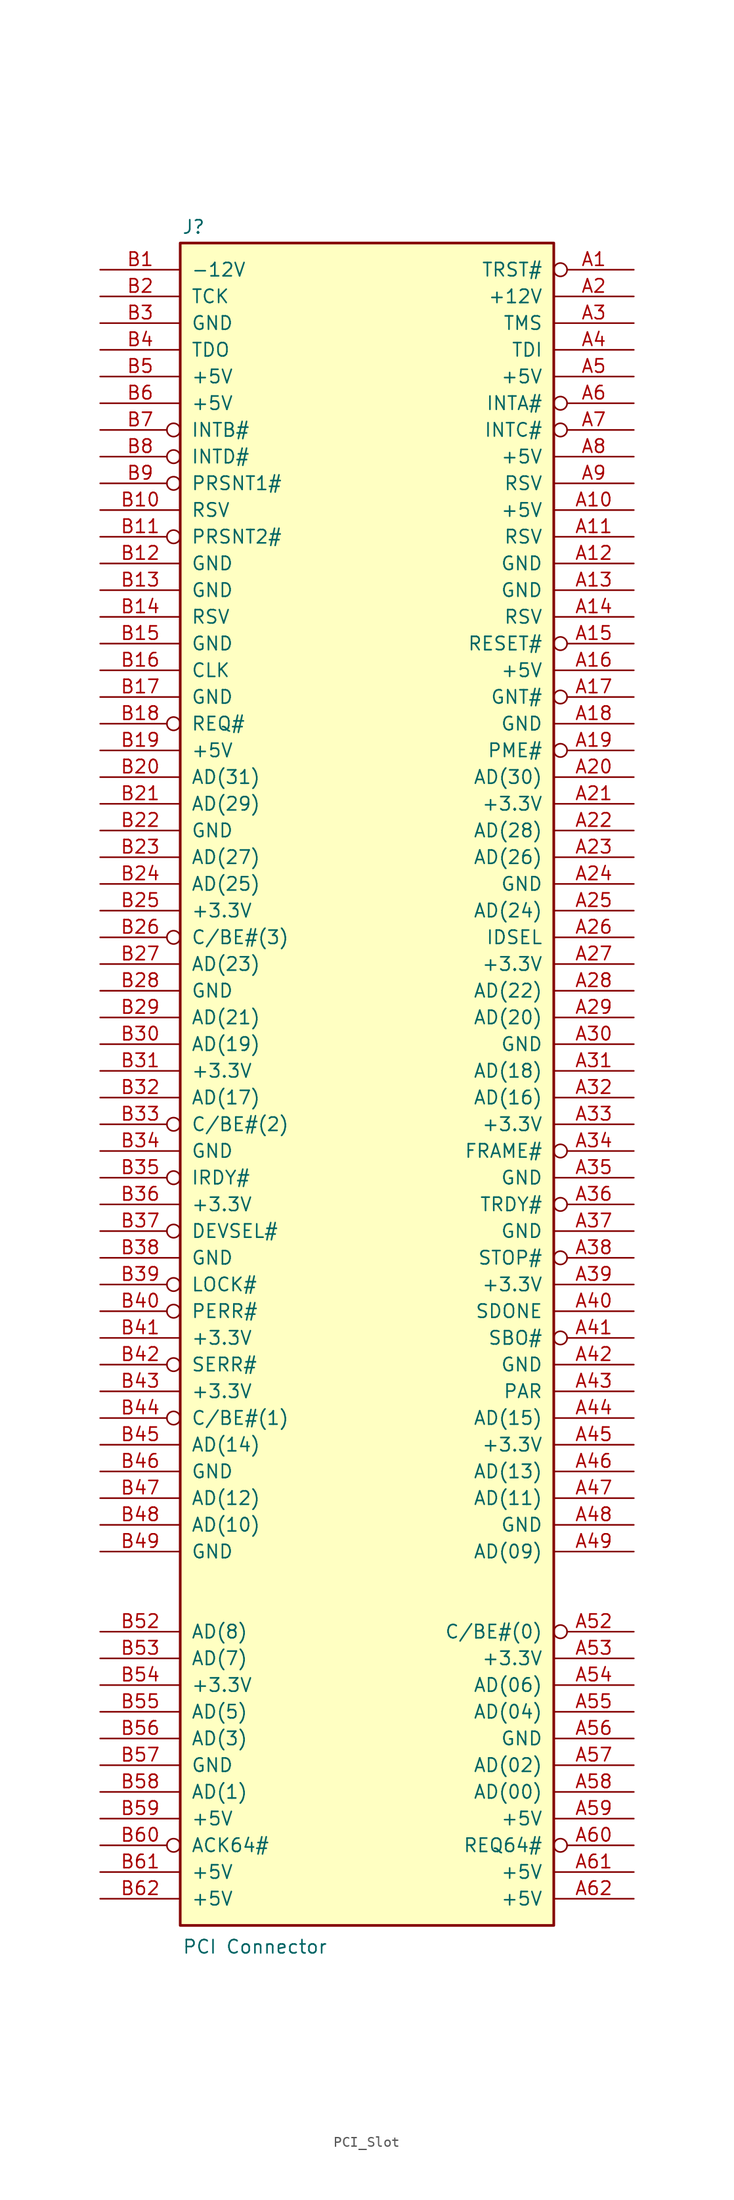
<source format=kicad_sym>
(kicad_symbol_lib
  (version 20240819)
  (generator "kicad_symbol_editor")
  (generator_version "8.99")
  (symbol "PCI_Slot"
    (pin_names
      (offset 1.016))
    (property "Reference" "J"
      (at -16.51 82.804 0)
      (effects (font (size 1.27 1.27))))
    (property "Value" "PCI Connector"
      (at -10.668 -80.772 0)
      (effects (font (size 1.27 1.27))))
    (symbol "PCI_Slot_0_1"
      (rectangle (start -17.78 81.28) (end 17.78 -78.74) (stroke (width 0.254) (type default)) (fill (type background))))
    (symbol "PCI_Slot_1_1"
      (pin power_in line (at -25.4 78.74 0) (length 7.62) (name "-12V" (effects (font (size 1.27 1.27)))) (number "B1" (effects (font (size 1.27 1.27)))))
      (pin output line (at -25.4 76.2 0) (length 7.62) (name "TCK" (effects (font (size 1.27 1.27)))) (number "B2" (effects (font (size 1.27 1.27)))))
      (pin power_in line (at -25.4 73.66 0) (length 7.62) (name "GND" (effects (font (size 1.27 1.27)))) (number "B3" (effects (font (size 1.27 1.27)))))
      (pin input line (at -25.4 71.12 0) (length 7.62) (name "TDO" (effects (font (size 1.27 1.27)))) (number "B4" (effects (font (size 1.27 1.27)))))
      (pin power_in line (at -25.4 68.58 0) (length 7.62) (name "+5V" (effects (font (size 1.27 1.27)))) (number "B5" (effects (font (size 1.27 1.27)))))
      (pin power_in line (at -25.4 66.04 0) (length 7.62) (name "+5V" (effects (font (size 1.27 1.27)))) (number "B6" (effects (font (size 1.27 1.27)))))
      (pin input inverted (at -25.4 63.5 0) (length 7.62) (name "INTB#" (effects (font (size 1.27 1.27)))) (number "B7" (effects (font (size 1.27 1.27)))))
      (pin input inverted (at -25.4 60.96 0) (length 7.62) (name "INTD#" (effects (font (size 1.27 1.27)))) (number "B8" (effects (font (size 1.27 1.27)))))
      (pin input inverted (at -25.4 58.42 0) (length 7.62) (name "PRSNT1#" (effects (font (size 1.27 1.27)))) (number "B9" (effects (font (size 1.27 1.27)))))
      (pin passive line (at -25.4 55.88 0) (length 7.62) (name "RSV" (effects (font (size 1.27 1.27)))) (number "B10" (effects (font (size 1.27 1.27)))))
      (pin input inverted (at -25.4 53.34 0) (length 7.62) (name "PRSNT2#" (effects (font (size 1.27 1.27)))) (number "B11" (effects (font (size 1.27 1.27)))))
      (pin power_in line (at -25.4 50.8 0) (length 7.62) (name "GND" (effects (font (size 1.27 1.27)))) (number "B12" (effects (font (size 1.27 1.27)))))
      (pin power_in line (at -25.4 48.26 0) (length 7.62) (name "GND" (effects (font (size 1.27 1.27)))) (number "B13" (effects (font (size 1.27 1.27)))))
      (pin passive line (at -25.4 45.72 0) (length 7.62) (name "RSV" (effects (font (size 1.27 1.27)))) (number "B14" (effects (font (size 1.27 1.27)))))
      (pin power_in line (at -25.4 43.18 0) (length 7.62) (name "GND" (effects (font (size 1.27 1.27)))) (number "B15" (effects (font (size 1.27 1.27)))))
      (pin output line (at -25.4 40.64 0) (length 7.62) (name "CLK" (effects (font (size 1.27 1.27)))) (number "B16" (effects (font (size 1.27 1.27)))))
      (pin power_in line (at -25.4 38.1 0) (length 7.62) (name "GND" (effects (font (size 1.27 1.27)))) (number "B17" (effects (font (size 1.27 1.27)))))
      (pin input inverted (at -25.4 35.56 0) (length 7.62) (name "REQ#" (effects (font (size 1.27 1.27)))) (number "B18" (effects (font (size 1.27 1.27)))))
      (pin power_in line (at -25.4 33.02 0) (length 7.62) (name "+5V" (effects (font (size 1.27 1.27)))) (number "B19" (effects (font (size 1.27 1.27)))))
      (pin bidirectional line (at -25.4 30.48 0) (length 7.62) (name "AD(31)" (effects (font (size 1.27 1.27)))) (number "B20" (effects (font (size 1.27 1.27)))))
      (pin bidirectional line (at -25.4 27.94 0) (length 7.62) (name "AD(29)" (effects (font (size 1.27 1.27)))) (number "B21" (effects (font (size 1.27 1.27)))))
      (pin power_in line (at -25.4 25.4 0) (length 7.62) (name "GND" (effects (font (size 1.27 1.27)))) (number "B22" (effects (font (size 1.27 1.27)))))
      (pin bidirectional line (at -25.4 22.86 0) (length 7.62) (name "AD(27)" (effects (font (size 1.27 1.27)))) (number "B23" (effects (font (size 1.27 1.27)))))
      (pin bidirectional line (at -25.4 20.32 0) (length 7.62) (name "AD(25)" (effects (font (size 1.27 1.27)))) (number "B24" (effects (font (size 1.27 1.27)))))
      (pin power_in line (at -25.4 17.78 0) (length 7.62) (name "+3.3V" (effects (font (size 1.27 1.27)))) (number "B25" (effects (font (size 1.27 1.27)))))
      (pin bidirectional inverted (at -25.4 15.24 0) (length 7.62) (name "C/BE#(3)" (effects (font (size 1.27 1.27)))) (number "B26" (effects (font (size 1.27 1.27)))))
      (pin bidirectional line (at -25.4 12.7 0) (length 7.62) (name "AD(23)" (effects (font (size 1.27 1.27)))) (number "B27" (effects (font (size 1.27 1.27)))))
      (pin power_in line (at -25.4 10.16 0) (length 7.62) (name "GND" (effects (font (size 1.27 1.27)))) (number "B28" (effects (font (size 1.27 1.27)))))
      (pin bidirectional line (at -25.4 7.62 0) (length 7.62) (name "AD(21)" (effects (font (size 1.27 1.27)))) (number "B29" (effects (font (size 1.27 1.27)))))
      (pin bidirectional line (at -25.4 5.08 0) (length 7.62) (name "AD(19)" (effects (font (size 1.27 1.27)))) (number "B30" (effects (font (size 1.27 1.27)))))
      (pin power_in line (at -25.4 2.54 0) (length 7.62) (name "+3.3V" (effects (font (size 1.27 1.27)))) (number "B31" (effects (font (size 1.27 1.27)))))
      (pin bidirectional line (at -25.4 0 0) (length 7.62) (name "AD(17)" (effects (font (size 1.27 1.27)))) (number "B32" (effects (font (size 1.27 1.27)))))
      (pin bidirectional inverted (at -25.4 -2.54 0) (length 7.62) (name "C/BE#(2)" (effects (font (size 1.27 1.27)))) (number "B33" (effects (font (size 1.27 1.27)))))
      (pin power_in line (at -25.4 -5.08 0) (length 7.62) (name "GND" (effects (font (size 1.27 1.27)))) (number "B34" (effects (font (size 1.27 1.27)))))
      (pin bidirectional inverted (at -25.4 -7.62 0) (length 7.62) (name "IRDY#" (effects (font (size 1.27 1.27)))) (number "B35" (effects (font (size 1.27 1.27)))))
      (pin power_in line (at -25.4 -10.16 0) (length 7.62) (name "+3.3V" (effects (font (size 1.27 1.27)))) (number "B36" (effects (font (size 1.27 1.27)))))
      (pin bidirectional inverted (at -25.4 -12.7 0) (length 7.62) (name "DEVSEL#" (effects (font (size 1.27 1.27)))) (number "B37" (effects (font (size 1.27 1.27)))))
      (pin power_in line (at -25.4 -15.24 0) (length 7.62) (name "GND" (effects (font (size 1.27 1.27)))) (number "B38" (effects (font (size 1.27 1.27)))))
      (pin bidirectional inverted (at -25.4 -17.78 0) (length 7.62) (name "LOCK#" (effects (font (size 1.27 1.27)))) (number "B39" (effects (font (size 1.27 1.27)))))
      (pin input inverted (at -25.4 -20.32 0) (length 7.62) (name "PERR#" (effects (font (size 1.27 1.27)))) (number "B40" (effects (font (size 1.27 1.27)))))
      (pin power_in line (at -25.4 -22.86 0) (length 7.62) (name "+3.3V" (effects (font (size 1.27 1.27)))) (number "B41" (effects (font (size 1.27 1.27)))))
      (pin input inverted (at -25.4 -25.4 0) (length 7.62) (name "SERR#" (effects (font (size 1.27 1.27)))) (number "B42" (effects (font (size 1.27 1.27)))))
      (pin power_in line (at -25.4 -27.94 0) (length 7.62) (name "+3.3V" (effects (font (size 1.27 1.27)))) (number "B43" (effects (font (size 1.27 1.27)))))
      (pin bidirectional inverted (at -25.4 -30.48 0) (length 7.62) (name "C/BE#(1)" (effects (font (size 1.27 1.27)))) (number "B44" (effects (font (size 1.27 1.27)))))
      (pin bidirectional line (at -25.4 -33.02 0) (length 7.62) (name "AD(14)" (effects (font (size 1.27 1.27)))) (number "B45" (effects (font (size 1.27 1.27)))))
      (pin power_in line (at -25.4 -35.56 0) (length 7.62) (name "GND" (effects (font (size 1.27 1.27)))) (number "B46" (effects (font (size 1.27 1.27)))))
      (pin bidirectional line (at -25.4 -38.1 0) (length 7.62) (name "AD(12)" (effects (font (size 1.27 1.27)))) (number "B47" (effects (font (size 1.27 1.27)))))
      (pin bidirectional line (at -25.4 -40.64 0) (length 7.62) (name "AD(10)" (effects (font (size 1.27 1.27)))) (number "B48" (effects (font (size 1.27 1.27)))))
      (pin power_in line (at -25.4 -43.18 0) (length 7.62) (name "GND" (effects (font (size 1.27 1.27)))) (number "B49" (effects (font (size 1.27 1.27)))))
      (pin bidirectional line (at -25.4 -50.8 0) (length 7.62) (name "AD(8)" (effects (font (size 1.27 1.27)))) (number "B52" (effects (font (size 1.27 1.27)))))
      (pin bidirectional line (at -25.4 -53.34 0) (length 7.62) (name "AD(7)" (effects (font (size 1.27 1.27)))) (number "B53" (effects (font (size 1.27 1.27)))))
      (pin power_in line (at -25.4 -55.88 0) (length 7.62) (name "+3.3V" (effects (font (size 1.27 1.27)))) (number "B54" (effects (font (size 1.27 1.27)))))
      (pin bidirectional line (at -25.4 -58.42 0) (length 7.62) (name "AD(5)" (effects (font (size 1.27 1.27)))) (number "B55" (effects (font (size 1.27 1.27)))))
      (pin bidirectional line (at -25.4 -60.96 0) (length 7.62) (name "AD(3)" (effects (font (size 1.27 1.27)))) (number "B56" (effects (font (size 1.27 1.27)))))
      (pin power_in line (at -25.4 -63.5 0) (length 7.62) (name "GND" (effects (font (size 1.27 1.27)))) (number "B57" (effects (font (size 1.27 1.27)))))
      (pin bidirectional line (at -25.4 -66.04 0) (length 7.62) (name "AD(1)" (effects (font (size 1.27 1.27)))) (number "B58" (effects (font (size 1.27 1.27)))))
      (pin power_in line (at -25.4 -68.58 0) (length 7.62) (name "+5V" (effects (font (size 1.27 1.27)))) (number "B59" (effects (font (size 1.27 1.27)))))
      (pin bidirectional inverted (at -25.4 -71.12 0) (length 7.62) (name "ACK64#" (effects (font (size 1.27 1.27)))) (number "B60" (effects (font (size 1.27 1.27)))))
      (pin power_in line (at -25.4 -73.66 0) (length 7.62) (name "+5V" (effects (font (size 1.27 1.27)))) (number "B61" (effects (font (size 1.27 1.27)))))
      (pin power_in line (at -25.4 -76.2 0) (length 7.62) (name "+5V" (effects (font (size 1.27 1.27)))) (number "B62" (effects (font (size 1.27 1.27)))))
      (pin output inverted (at 25.4 78.74 180) (length 7.62) (name "TRST#" (effects (font (size 1.27 1.27)))) (number "A1" (effects (font (size 1.27 1.27)))))
      (pin power_in line (at 25.4 76.2 180) (length 7.62) (name "+12V" (effects (font (size 1.27 1.27)))) (number "A2" (effects (font (size 1.27 1.27)))))
      (pin output line (at 25.4 73.66 180) (length 7.62) (name "TMS" (effects (font (size 1.27 1.27)))) (number "A3" (effects (font (size 1.27 1.27)))))
      (pin output line (at 25.4 71.12 180) (length 7.62) (name "TDI" (effects (font (size 1.27 1.27)))) (number "A4" (effects (font (size 1.27 1.27)))))
      (pin power_in line (at 25.4 68.58 180) (length 7.62) (name "+5V" (effects (font (size 1.27 1.27)))) (number "A5" (effects (font (size 1.27 1.27)))))
      (pin input inverted (at 25.4 66.04 180) (length 7.62) (name "INTA#" (effects (font (size 1.27 1.27)))) (number "A6" (effects (font (size 1.27 1.27)))))
      (pin input inverted (at 25.4 63.5 180) (length 7.62) (name "INTC#" (effects (font (size 1.27 1.27)))) (number "A7" (effects (font (size 1.27 1.27)))))
      (pin power_in line (at 25.4 60.96 180) (length 7.62) (name "+5V" (effects (font (size 1.27 1.27)))) (number "A8" (effects (font (size 1.27 1.27)))))
      (pin passive line (at 25.4 58.42 180) (length 7.62) (name "RSV" (effects (font (size 1.27 1.27)))) (number "A9" (effects (font (size 1.27 1.27)))))
      (pin power_in line (at 25.4 55.88 180) (length 7.62) (name "+5V" (effects (font (size 1.27 1.27)))) (number "A10" (effects (font (size 1.27 1.27)))))
      (pin passive line (at 25.4 53.34 180) (length 7.62) (name "RSV" (effects (font (size 1.27 1.27)))) (number "A11" (effects (font (size 1.27 1.27)))))
      (pin power_in line (at 25.4 50.8 180) (length 7.62) (name "GND" (effects (font (size 1.27 1.27)))) (number "A12" (effects (font (size 1.27 1.27)))))
      (pin power_in line (at 25.4 48.26 180) (length 7.62) (name "GND" (effects (font (size 1.27 1.27)))) (number "A13" (effects (font (size 1.27 1.27)))))
      (pin passive line (at 25.4 45.72 180) (length 7.62) (name "RSV" (effects (font (size 1.27 1.27)))) (number "A14" (effects (font (size 1.27 1.27)))))
      (pin output inverted (at 25.4 43.18 180) (length 7.62) (name "RESET#" (effects (font (size 1.27 1.27)))) (number "A15" (effects (font (size 1.27 1.27)))))
      (pin power_in line (at 25.4 40.64 180) (length 7.62) (name "+5V" (effects (font (size 1.27 1.27)))) (number "A16" (effects (font (size 1.27 1.27)))))
      (pin bidirectional inverted (at 25.4 38.1 180) (length 7.62) (name "GNT#" (effects (font (size 1.27 1.27)))) (number "A17" (effects (font (size 1.27 1.27)))))
      (pin power_in line (at 25.4 35.56 180) (length 7.62) (name "GND" (effects (font (size 1.27 1.27)))) (number "A18" (effects (font (size 1.27 1.27)))))
      (pin input inverted (at 25.4 33.02 180) (length 7.62) (name "PME#" (effects (font (size 1.27 1.27)))) (number "A19" (effects (font (size 1.27 1.27)))))
      (pin bidirectional line (at 25.4 30.48 180) (length 7.62) (name "AD(30)" (effects (font (size 1.27 1.27)))) (number "A20" (effects (font (size 1.27 1.27)))))
      (pin power_in line (at 25.4 27.94 180) (length 7.62) (name "+3.3V" (effects (font (size 1.27 1.27)))) (number "A21" (effects (font (size 1.27 1.27)))))
      (pin bidirectional line (at 25.4 25.4 180) (length 7.62) (name "AD(28)" (effects (font (size 1.27 1.27)))) (number "A22" (effects (font (size 1.27 1.27)))))
      (pin bidirectional line (at 25.4 22.86 180) (length 7.62) (name "AD(26)" (effects (font (size 1.27 1.27)))) (number "A23" (effects (font (size 1.27 1.27)))))
      (pin power_in line (at 25.4 20.32 180) (length 7.62) (name "GND" (effects (font (size 1.27 1.27)))) (number "A24" (effects (font (size 1.27 1.27)))))
      (pin bidirectional line (at 25.4 17.78 180) (length 7.62) (name "AD(24)" (effects (font (size 1.27 1.27)))) (number "A25" (effects (font (size 1.27 1.27)))))
      (pin output line (at 25.4 15.24 180) (length 7.62) (name "IDSEL" (effects (font (size 1.27 1.27)))) (number "A26" (effects (font (size 1.27 1.27)))))
      (pin power_in line (at 25.4 12.7 180) (length 7.62) (name "+3.3V" (effects (font (size 1.27 1.27)))) (number "A27" (effects (font (size 1.27 1.27)))))
      (pin bidirectional line (at 25.4 10.16 180) (length 7.62) (name "AD(22)" (effects (font (size 1.27 1.27)))) (number "A28" (effects (font (size 1.27 1.27)))))
      (pin bidirectional line (at 25.4 7.62 180) (length 7.62) (name "AD(20)" (effects (font (size 1.27 1.27)))) (number "A29" (effects (font (size 1.27 1.27)))))
      (pin power_in line (at 25.4 5.08 180) (length 7.62) (name "GND" (effects (font (size 1.27 1.27)))) (number "A30" (effects (font (size 1.27 1.27)))))
      (pin bidirectional line (at 25.4 2.54 180) (length 7.62) (name "AD(18)" (effects (font (size 1.27 1.27)))) (number "A31" (effects (font (size 1.27 1.27)))))
      (pin bidirectional line (at 25.4 0 180) (length 7.62) (name "AD(16)" (effects (font (size 1.27 1.27)))) (number "A32" (effects (font (size 1.27 1.27)))))
      (pin power_in line (at 25.4 -2.54 180) (length 7.62) (name "+3.3V" (effects (font (size 1.27 1.27)))) (number "A33" (effects (font (size 1.27 1.27)))))
      (pin bidirectional inverted (at 25.4 -5.08 180) (length 7.62) (name "FRAME#" (effects (font (size 1.27 1.27)))) (number "A34" (effects (font (size 1.27 1.27)))))
      (pin power_in line (at 25.4 -7.62 180) (length 7.62) (name "GND" (effects (font (size 1.27 1.27)))) (number "A35" (effects (font (size 1.27 1.27)))))
      (pin bidirectional inverted (at 25.4 -10.16 180) (length 7.62) (name "TRDY#" (effects (font (size 1.27 1.27)))) (number "A36" (effects (font (size 1.27 1.27)))))
      (pin power_in line (at 25.4 -12.7 180) (length 7.62) (name "GND" (effects (font (size 1.27 1.27)))) (number "A37" (effects (font (size 1.27 1.27)))))
      (pin bidirectional inverted (at 25.4 -15.24 180) (length 7.62) (name "STOP#" (effects (font (size 1.27 1.27)))) (number "A38" (effects (font (size 1.27 1.27)))))
      (pin power_in line (at 25.4 -17.78 180) (length 7.62) (name "+3.3V" (effects (font (size 1.27 1.27)))) (number "A39" (effects (font (size 1.27 1.27)))))
      (pin bidirectional line (at 25.4 -20.32 180) (length 7.62) (name "SDONE" (effects (font (size 1.27 1.27)))) (number "A40" (effects (font (size 1.27 1.27)))))
      (pin bidirectional inverted (at 25.4 -22.86 180) (length 7.62) (name "SBO#" (effects (font (size 1.27 1.27)))) (number "A41" (effects (font (size 1.27 1.27)))))
      (pin power_in line (at 25.4 -25.4 180) (length 7.62) (name "GND" (effects (font (size 1.27 1.27)))) (number "A42" (effects (font (size 1.27 1.27)))))
      (pin bidirectional line (at 25.4 -27.94 180) (length 7.62) (name "PAR" (effects (font (size 1.27 1.27)))) (number "A43" (effects (font (size 1.27 1.27)))))
      (pin bidirectional line (at 25.4 -30.48 180) (length 7.62) (name "AD(15)" (effects (font (size 1.27 1.27)))) (number "A44" (effects (font (size 1.27 1.27)))))
      (pin power_in line (at 25.4 -33.02 180) (length 7.62) (name "+3.3V" (effects (font (size 1.27 1.27)))) (number "A45" (effects (font (size 1.27 1.27)))))
      (pin bidirectional line (at 25.4 -35.56 180) (length 7.62) (name "AD(13)" (effects (font (size 1.27 1.27)))) (number "A46" (effects (font (size 1.27 1.27)))))
      (pin bidirectional line (at 25.4 -38.1 180) (length 7.62) (name "AD(11)" (effects (font (size 1.27 1.27)))) (number "A47" (effects (font (size 1.27 1.27)))))
      (pin power_in line (at 25.4 -40.64 180) (length 7.62) (name "GND" (effects (font (size 1.27 1.27)))) (number "A48" (effects (font (size 1.27 1.27)))))
      (pin bidirectional line (at 25.4 -43.18 180) (length 7.62) (name "AD(09)" (effects (font (size 1.27 1.27)))) (number "A49" (effects (font (size 1.27 1.27)))))
      (pin bidirectional inverted (at 25.4 -50.8 180) (length 7.62) (name "C/BE#(0)" (effects (font (size 1.27 1.27)))) (number "A52" (effects (font (size 1.27 1.27)))))
      (pin power_in line (at 25.4 -53.34 180) (length 7.62) (name "+3.3V" (effects (font (size 1.27 1.27)))) (number "A53" (effects (font (size 1.27 1.27)))))
      (pin bidirectional line (at 25.4 -55.88 180) (length 7.62) (name "AD(06)" (effects (font (size 1.27 1.27)))) (number "A54" (effects (font (size 1.27 1.27)))))
      (pin bidirectional line (at 25.4 -58.42 180) (length 7.62) (name "AD(04)" (effects (font (size 1.27 1.27)))) (number "A55" (effects (font (size 1.27 1.27)))))
      (pin power_in line (at 25.4 -60.96 180) (length 7.62) (name "GND" (effects (font (size 1.27 1.27)))) (number "A56" (effects (font (size 1.27 1.27)))))
      (pin bidirectional line (at 25.4 -63.5 180) (length 7.62) (name "AD(02)" (effects (font (size 1.27 1.27)))) (number "A57" (effects (font (size 1.27 1.27)))))
      (pin bidirectional line (at 25.4 -66.04 180) (length 7.62) (name "AD(00)" (effects (font (size 1.27 1.27)))) (number "A58" (effects (font (size 1.27 1.27)))))
      (pin power_in line (at 25.4 -68.58 180) (length 7.62) (name "+5V" (effects (font (size 1.27 1.27)))) (number "A59" (effects (font (size 1.27 1.27)))))
      (pin unspecified inverted (at 25.4 -71.12 180) (length 7.62) (name "REQ64#" (effects (font (size 1.27 1.27)))) (number "A60" (effects (font (size 1.27 1.27)))))
      (pin power_in line (at 25.4 -73.66 180) (length 7.62) (name "+5V" (effects (font (size 1.27 1.27)))) (number "A61" (effects (font (size 1.27 1.27)))))
      (pin power_in line (at 25.4 -76.2 180) (length 7.62) (name "+5V" (effects (font (size 1.27 1.27)))) (number "A62" (effects (font (size 1.27 1.27))))))))
</source>
